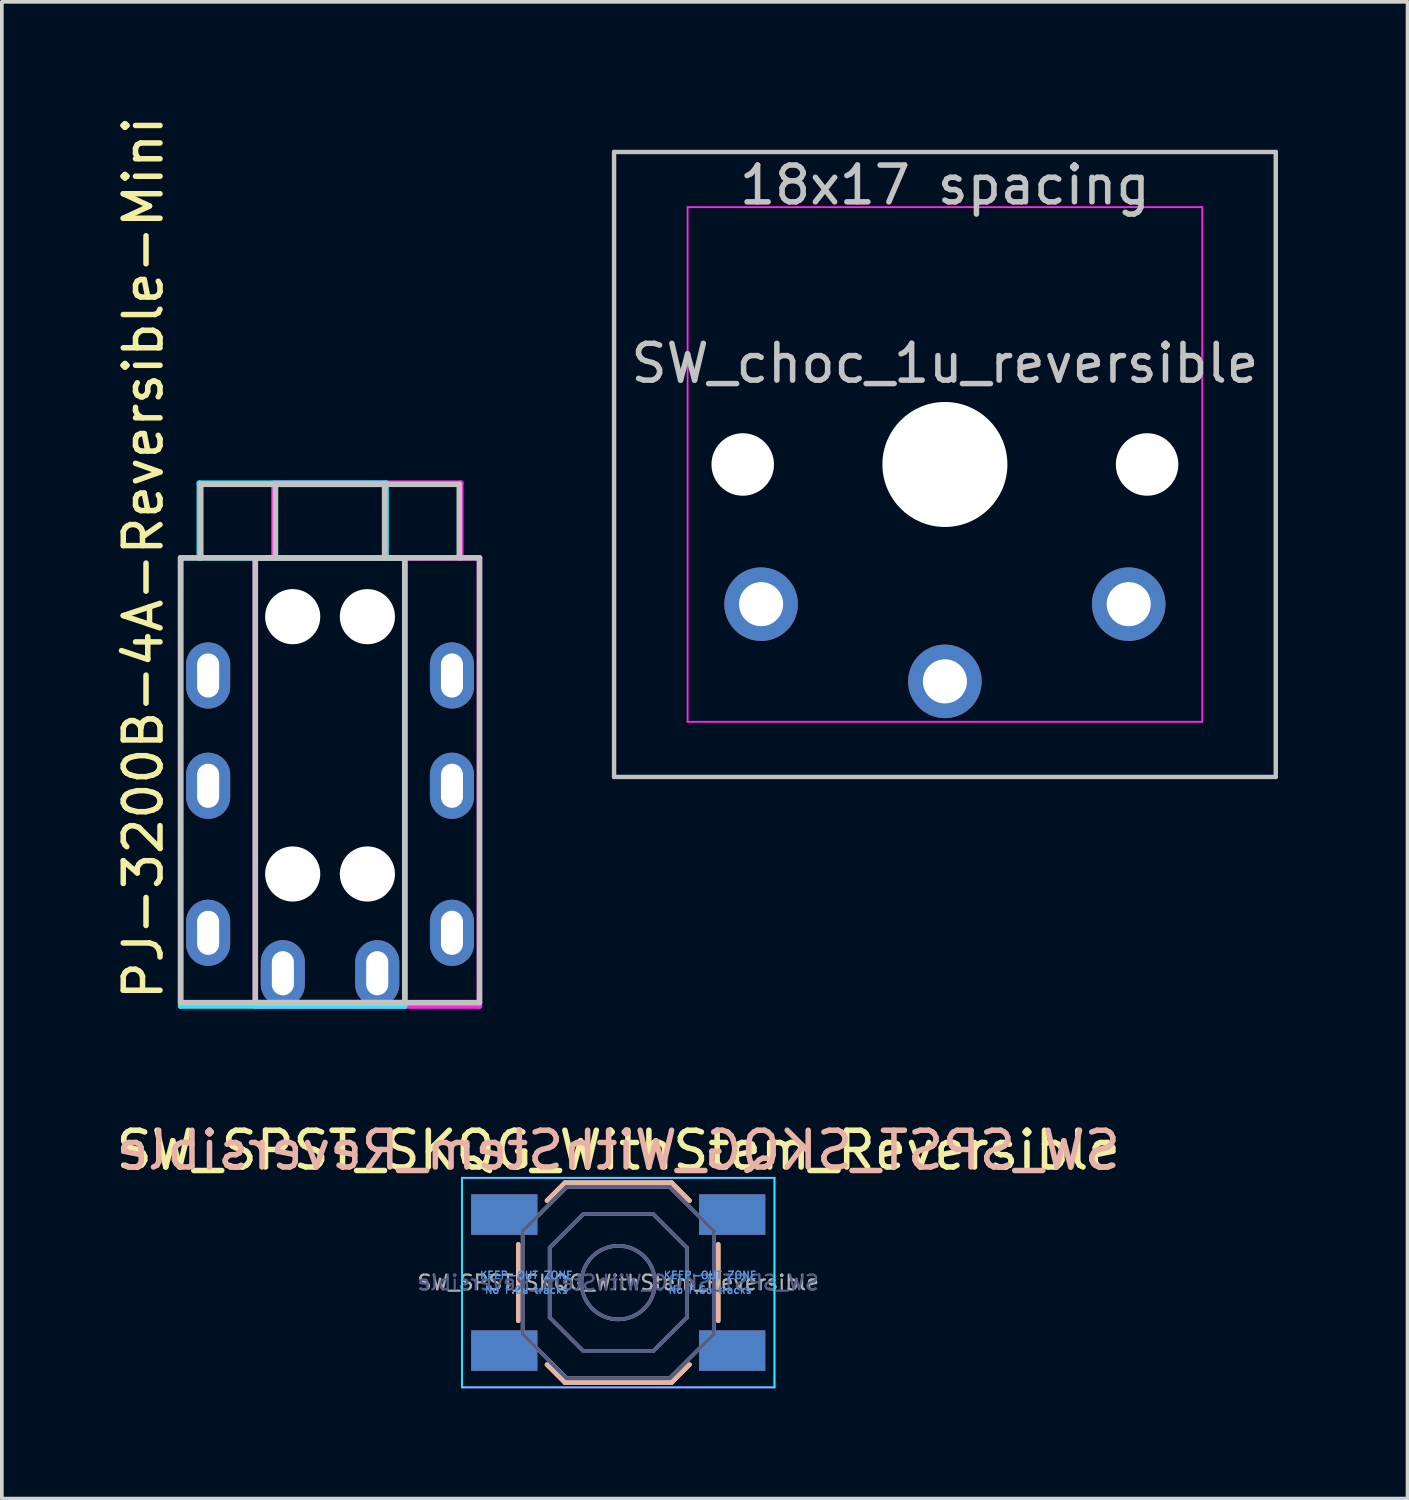
<source format=kicad_pcb>
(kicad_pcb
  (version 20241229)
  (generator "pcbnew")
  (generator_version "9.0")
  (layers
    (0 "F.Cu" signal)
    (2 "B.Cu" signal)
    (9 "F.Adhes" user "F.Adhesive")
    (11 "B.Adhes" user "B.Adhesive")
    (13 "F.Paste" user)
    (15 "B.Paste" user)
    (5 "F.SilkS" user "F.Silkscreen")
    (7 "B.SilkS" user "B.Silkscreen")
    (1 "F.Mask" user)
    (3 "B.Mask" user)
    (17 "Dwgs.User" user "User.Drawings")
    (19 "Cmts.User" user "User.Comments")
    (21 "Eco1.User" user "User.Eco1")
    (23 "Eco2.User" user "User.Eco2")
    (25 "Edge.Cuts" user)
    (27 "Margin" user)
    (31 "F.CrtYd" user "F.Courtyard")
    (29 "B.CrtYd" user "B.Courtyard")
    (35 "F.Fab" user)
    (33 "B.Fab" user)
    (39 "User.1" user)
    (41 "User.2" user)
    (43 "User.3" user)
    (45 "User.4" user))
  (footprint "PJ-3200B-4A-Reversible-Mini"
    (layer "F.Cu")
    (at 5.928 12.125)
    (property "Reference" "PJ-3200B-4A-Reversible-Mini" (at -5.08 0 270) (layer "F.SilkS") (effects (font (size 1 1) (thickness 0.15))))
    (attr through_hole)
    (fp_line (start -4.066 0) (end -4.066 12.1) (stroke (width 0.15) (type solid)) (layer "Dwgs.User"))
    (fp_line (start -4.066 0) (end 2.034 0) (stroke (width 0.15) (type solid)) (layer "Dwgs.User"))
    (fp_line (start -4.066 12.1) (end 2.034 12.1) (stroke (width 0.15) (type solid)) (layer "Dwgs.User"))
    (fp_line (start -3.516 0) (end -3.516 -2) (stroke (width 0.15) (type solid)) (layer "Dwgs.User"))
    (fp_line (start -2.034 0) (end -2.034 12.1) (stroke (width 0.15) (type solid)) (layer "Dwgs.User"))
    (fp_line (start -1.484 -2) (end 3.516 -2) (stroke (width 0.15) (type solid)) (layer "Dwgs.User"))
    (fp_line (start -1.484 0) (end -1.484 -2) (stroke (width 0.15) (type solid)) (layer "Dwgs.User"))
    (fp_line (start 1.484 -2) (end -3.516 -2) (stroke (width 0.15) (type solid)) (layer "Dwgs.User"))
    (fp_line (start 1.484 0) (end 1.484 -2) (stroke (width 0.15) (type solid)) (layer "Dwgs.User"))
    (fp_line (start 2.034 0) (end 2.034 12.1) (stroke (width 0.15) (type solid)) (layer "Dwgs.User"))
    (fp_line (start 3.516 0) (end 3.516 -2) (stroke (width 0.15) (type solid)) (layer "Dwgs.User"))
    (fp_line (start 4.066 0) (end -2.034 0) (stroke (width 0.15) (type solid)) (layer "Dwgs.User"))
    (fp_line (start 4.066 0) (end 4.066 12.1) (stroke (width 0.15) (type solid)) (layer "Dwgs.User"))
    (fp_line (start 4.066 12.1) (end -2.034 12.1) (stroke (width 0.15) (type solid)) (layer "Dwgs.User"))
    (fp_line (start -4.064 0) (end -4.064 12.192) (stroke (width 0.15) (type solid)) (layer "B.CrtYd"))
    (fp_line (start -4.064 12.192) (end 2.032 12.192) (stroke (width 0.15) (type solid)) (layer "B.CrtYd"))
    (fp_line (start -3.556 -2.032) (end 1.524 -2.032) (stroke (width 0.15) (type solid)) (layer "B.CrtYd"))
    (fp_line (start -3.556 0) (end -3.556 -2.032) (stroke (width 0.15) (type solid)) (layer "B.CrtYd"))
    (fp_line (start 1.524 -2.032) (end 1.524 0) (stroke (width 0.15) (type solid)) (layer "B.CrtYd"))
    (fp_line (start 2.032 0) (end -4.064 0) (stroke (width 0.15) (type solid)) (layer "B.CrtYd"))
    (fp_line (start 2.032 12.192) (end 2.032 0) (stroke (width 0.15) (type solid)) (layer "B.CrtYd"))
    (fp_line (start -2.032 0) (end 4.064 0) (stroke (width 0.15) (type solid)) (layer "F.CrtYd"))
    (fp_line (start -2.032 12.192) (end -2.032 0) (stroke (width 0.15) (type solid)) (layer "F.CrtYd"))
    (fp_line (start -1.524 -2.032) (end -1.524 0) (stroke (width 0.15) (type solid)) (layer "F.CrtYd"))
    (fp_line (start 3.556 -2.032) (end -1.524 -2.032) (stroke (width 0.15) (type solid)) (layer "F.CrtYd"))
    (fp_line (start 3.556 0) (end 3.556 -2.032) (stroke (width 0.15) (type solid)) (layer "F.CrtYd"))
    (fp_line (start 4.064 0) (end 4.064 12.192) (stroke (width 0.15) (type solid)) (layer "F.CrtYd"))
    (fp_line (start 4.064 12.192) (end -2.032 12.192) (stroke (width 0.15) (type solid)) (layer "F.CrtYd"))
    (pad "" np_thru_hole circle (at -1.016 1.6 90) (size 1.5 1.5) (drill 1.5) (layers "*.Cu" "*.Mask"))
    (pad "" np_thru_hole circle (at -1.016 8.6 90) (size 1.5 1.5) (drill 1.5) (layers "*.Cu" "*.Mask"))
    (pad "" np_thru_hole circle (at 1.016 1.6 270) (size 1.5 1.5) (drill 1.5) (layers "*.Cu" "*.Mask"))
    (pad "" np_thru_hole circle (at 1.016 8.6 270) (size 1.5 1.5) (drill 1.5) (layers "*.Cu" "*.Mask"))
    (pad "G" thru_hole oval (at -1.284 11.3 270) (size 1.8 1.2) (drill oval 1.2 0.6) (layers "*.Cu" "*.Mask"))
    (pad "G" thru_hole oval (at 1.284 11.3 90) (size 1.8 1.2) (drill oval 1.2 0.6) (layers "*.Cu" "*.Mask"))
    (pad "R" thru_hole oval (at -3.316 6.2 90) (size 1.8 1.2) (drill oval 1.2 0.6) (layers "*.Cu" "*.Mask"))
    (pad "R" thru_hole oval (at 3.316 6.2 270) (size 1.8 1.2) (drill oval 1.2 0.6) (layers "*.Cu" "*.Mask"))
    (pad "S" thru_hole oval (at -3.316 3.2 90) (size 1.8 1.2) (drill oval 1.2 0.6) (layers "*.Cu" "*.Mask"))
    (pad "S" thru_hole oval (at 3.316 3.2 270) (size 1.8 1.2) (drill oval 1.2 0.6) (layers "*.Cu" "*.Mask"))
    (pad "T" thru_hole oval (at -3.316 10.2 90) (size 1.8 1.2) (drill oval 1.2 0.6) (layers "*.Cu" "*.Mask"))
    (pad "T" thru_hole oval (at 3.316 10.2 270) (size 1.8 1.2) (drill oval 1.2 0.6) (layers "*.Cu" "*.Mask")))
  (footprint "SW_SPST_SKQG_WithStem_Reversible"
    (layer "F.Cu")
    (at 13.768 31.84)
    (property "Reference" "SW_SPST_SKQG_WithStem_Reversible" (at 0 -3.6 0) (layer "F.SilkS") (effects (font (size 1 1) (thickness 0.15))))
    (attr smd)
    (fp_line (start -2.72 1.04) (end -2.72 -1.04) (stroke (width 0.12) (type solid)) (layer "F.SilkS"))
    (fp_line (start -1.45 -2.72) (end -1.94 -2.23) (stroke (width 0.12) (type solid)) (layer "F.SilkS"))
    (fp_line (start -1.45 -2.72) (end 1.45 -2.72) (stroke (width 0.12) (type solid)) (layer "F.SilkS"))
    (fp_line (start -1.45 2.72) (end -1.94 2.23) (stroke (width 0.12) (type solid)) (layer "F.SilkS"))
    (fp_line (start -1.45 2.72) (end 1.45 2.72) (stroke (width 0.12) (type solid)) (layer "F.SilkS"))
    (fp_line (start 1.45 -2.72) (end 1.94 -2.23) (stroke (width 0.12) (type solid)) (layer "F.SilkS"))
    (fp_line (start 1.45 2.72) (end 1.94 2.23) (stroke (width 0.12) (type solid)) (layer "F.SilkS"))
    (fp_line (start 2.72 1.04) (end 2.72 -1.04) (stroke (width 0.12) (type solid)) (layer "F.SilkS"))
    (fp_line (start -2.72 1.04) (end -2.72 -1.04) (stroke (width 0.12) (type solid)) (layer "B.SilkS"))
    (fp_line (start -1.45 -2.72) (end -1.94 -2.23) (stroke (width 0.12) (type solid)) (layer "B.SilkS"))
    (fp_line (start -1.45 2.72) (end -1.94 2.23) (stroke (width 0.12) (type solid)) (layer "B.SilkS"))
    (fp_line (start 1.45 -2.72) (end -1.45 -2.72) (stroke (width 0.12) (type solid)) (layer "B.SilkS"))
    (fp_line (start 1.45 -2.72) (end 1.94 -2.23) (stroke (width 0.12) (type solid)) (layer "B.SilkS"))
    (fp_line (start 1.45 2.72) (end -1.45 2.72) (stroke (width 0.12) (type solid)) (layer "B.SilkS"))
    (fp_line (start 1.45 2.72) (end 1.94 2.23) (stroke (width 0.12) (type solid)) (layer "B.SilkS"))
    (fp_line (start 2.72 1.04) (end 2.72 -1.04) (stroke (width 0.12) (type solid)) (layer "B.SilkS"))
    (fp_line (start -4.25 -2.85) (end 4.25 -2.85) (stroke (width 0.05) (type solid)) (layer "B.CrtYd"))
    (fp_line (start -4.25 2.85) (end -4.25 -2.85) (stroke (width 0.05) (type solid)) (layer "B.CrtYd"))
    (fp_line (start 4.25 -2.85) (end 4.25 2.85) (stroke (width 0.05) (type solid)) (layer "B.CrtYd"))
    (fp_line (start 4.25 2.85) (end -4.25 2.85) (stroke (width 0.05) (type solid)) (layer "B.CrtYd"))
    (fp_line (start -4.25 -2.85) (end -4.25 2.85) (stroke (width 0.05) (type solid)) (layer "F.CrtYd"))
    (fp_line (start -4.25 2.85) (end 4.25 2.85) (stroke (width 0.05) (type solid)) (layer "F.CrtYd"))
    (fp_line (start 4.25 -2.85) (end -4.25 -2.85) (stroke (width 0.05) (type solid)) (layer "F.CrtYd"))
    (fp_line (start 4.25 2.85) (end 4.25 -2.85) (stroke (width 0.05) (type solid)) (layer "F.CrtYd"))
    (fp_line (start -2.6 -1.4) (end -2.6 1.4) (stroke (width 0.1) (type solid)) (layer "B.Fab"))
    (fp_line (start -2.6 1.4) (end -1.4 2.6) (stroke (width 0.1) (type solid)) (layer "B.Fab"))
    (fp_line (start -1.865 -0.95) (end -1.865 0.95) (stroke (width 0.1) (type solid)) (layer "B.Fab"))
    (fp_line (start -1.4 -2.6) (end -2.6 -1.4) (stroke (width 0.1) (type solid)) (layer "B.Fab"))
    (fp_line (start -1.4 2.6) (end 1.4 2.6) (stroke (width 0.1) (type solid)) (layer "B.Fab"))
    (fp_line (start -0.95 -1.865) (end -1.865 -0.95) (stroke (width 0.1) (type solid)) (layer "B.Fab"))
    (fp_line (start -0.95 1.865) (end -1.865 0.95) (stroke (width 0.1) (type solid)) (layer "B.Fab"))
    (fp_line (start -0.95 1.865) (end 0.95 1.865) (stroke (width 0.1) (type solid)) (layer "B.Fab"))
    (fp_line (start 0.95 -1.865) (end -0.95 -1.865) (stroke (width 0.1) (type solid)) (layer "B.Fab"))
    (fp_line (start 0.95 -1.865) (end 1.865 -0.95) (stroke (width 0.1) (type solid)) (layer "B.Fab"))
    (fp_line (start 0.95 1.865) (end 1.865 0.95) (stroke (width 0.1) (type solid)) (layer "B.Fab"))
    (fp_line (start 1.4 -2.6) (end -1.4 -2.6) (stroke (width 0.1) (type solid)) (layer "B.Fab"))
    (fp_line (start 1.4 2.6) (end 2.6 1.4) (stroke (width 0.1) (type solid)) (layer "B.Fab"))
    (fp_line (start 1.865 0.95) (end 1.865 -0.95) (stroke (width 0.1) (type solid)) (layer "B.Fab"))
    (fp_line (start 2.6 -1.4) (end 1.4 -2.6) (stroke (width 0.1) (type solid)) (layer "B.Fab"))
    (fp_line (start 2.6 1.4) (end 2.6 -1.4) (stroke (width 0.1) (type solid)) (layer "B.Fab"))
    (fp_circle (center 0 0) (end -1 0) (stroke (width 0.1) (type solid)) (fill no) (layer "B.Fab"))
    (fp_line (start -2.6 -1.4) (end -1.4 -2.6) (stroke (width 0.1) (type solid)) (layer "F.Fab"))
    (fp_line (start -2.6 1.4) (end -2.6 -1.4) (stroke (width 0.1) (type solid)) (layer "F.Fab"))
    (fp_line (start -1.865 0.95) (end -1.865 -0.95) (stroke (width 0.1) (type solid)) (layer "F.Fab"))
    (fp_line (start -1.4 -2.6) (end 1.4 -2.6) (stroke (width 0.1) (type solid)) (layer "F.Fab"))
    (fp_line (start -1.4 2.6) (end -2.6 1.4) (stroke (width 0.1) (type solid)) (layer "F.Fab"))
    (fp_line (start -0.95 -1.865) (end -1.865 -0.95) (stroke (width 0.1) (type solid)) (layer "F.Fab"))
    (fp_line (start -0.95 -1.865) (end 0.95 -1.865) (stroke (width 0.1) (type solid)) (layer "F.Fab"))
    (fp_line (start -0.95 1.865) (end -1.865 0.95) (stroke (width 0.1) (type solid)) (layer "F.Fab"))
    (fp_line (start 0.95 -1.865) (end 1.865 -0.95) (stroke (width 0.1) (type solid)) (layer "F.Fab"))
    (fp_line (start 0.95 1.865) (end -0.95 1.865) (stroke (width 0.1) (type solid)) (layer "F.Fab"))
    (fp_line (start 0.95 1.865) (end 1.865 0.95) (stroke (width 0.1) (type solid)) (layer "F.Fab"))
    (fp_line (start 1.4 -2.6) (end 2.6 -1.4) (stroke (width 0.1) (type solid)) (layer "F.Fab"))
    (fp_line (start 1.4 2.6) (end -1.4 2.6) (stroke (width 0.1) (type solid)) (layer "F.Fab"))
    (fp_line (start 1.865 -0.95) (end 1.865 0.95) (stroke (width 0.1) (type solid)) (layer "F.Fab"))
    (fp_line (start 2.6 -1.4) (end 2.6 1.4) (stroke (width 0.1) (type solid)) (layer "F.Fab"))
    (fp_line (start 2.6 1.4) (end 1.4 2.6) (stroke (width 0.1) (type solid)) (layer "F.Fab"))
    (fp_circle (center 0 0) (end 1 0) (stroke (width 0.1) (type solid)) (fill no) (layer "F.Fab"))
    (fp_text user "${REFERENCE}" (at 0 -3.6 0) (layer "B.SilkS") (effects (font (size 1 1) (thickness 0.15)) (justify mirror)))
    (fp_text user "No F.Cu tracks" (at -2.5 0.2 0) (layer "Cmts.User") (effects (font (size 0.2 0.2) (thickness 0.03))))
    (fp_text user "KEEP-OUT ZONE" (at -2.5 -0.2 0) (layer "Cmts.User") (effects (font (size 0.2 0.2) (thickness 0.03))))
    (fp_text user "KEEP-OUT ZONE" (at 2.5 -0.2 0) (layer "Cmts.User") (effects (font (size 0.2 0.2) (thickness 0.03))))
    (fp_text user "KEEP-OUT ZONE" (at 2.5 -0.2 0) (layer "Cmts.User") (effects (font (size 0.2 0.2) (thickness 0.03))))
    (fp_text user "No F.Cu tracks" (at 2.5 0.2 0) (layer "Cmts.User") (effects (font (size 0.2 0.2) (thickness 0.03))))
    (fp_text user "No F.Cu tracks" (at -2.5 0.2 0) (layer "Cmts.User") (effects (font (size 0.2 0.2) (thickness 0.03))))
    (fp_text user "No F.Cu tracks" (at 2.5 0.2 0) (layer "Cmts.User") (effects (font (size 0.2 0.2) (thickness 0.03))))
    (fp_text user "KEEP-OUT ZONE" (at -2.5 -0.2 0) (layer "Cmts.User") (effects (font (size 0.2 0.2) (thickness 0.03))))
    (fp_text user "${REFERENCE}" (at 0 0 0) (layer "B.Fab") (effects (font (size 0.4 0.4) (thickness 0.06)) (justify mirror)))
    (fp_text user "${REFERENCE}" (at 0 0 0) (layer "F.Fab") (effects (font (size 0.4 0.4) (thickness 0.06))))
    (pad "1" smd rect (at -3.1 -1.85) (size 1.8 1.1) (layers "F.Cu" "F.Mask" "F.Paste"))
    (pad "1" smd rect (at -3.1 -1.85) (size 1.8 1.1) (layers "B.Cu" "B.Mask" "B.Paste"))
    (pad "1" smd rect (at 3.1 -1.85) (size 1.8 1.1) (layers "F.Cu" "F.Mask" "F.Paste"))
    (pad "1" smd rect (at 3.1 -1.85) (size 1.8 1.1) (layers "B.Cu" "B.Mask" "B.Paste"))
    (pad "2" smd rect (at -3.1 1.85) (size 1.8 1.1) (layers "F.Cu" "F.Mask" "F.Paste"))
    (pad "2" smd rect (at -3.1 1.85) (size 1.8 1.1) (layers "B.Cu" "B.Mask" "B.Paste"))
    (pad "2" smd rect (at 3.1 1.85) (size 1.8 1.1) (layers "F.Cu" "F.Mask" "F.Paste"))
    (pad "2" smd rect (at 3.1 1.85) (size 1.8 1.1) (layers "B.Cu" "B.Mask" "B.Paste"))
    (zone (net_name "") (layer "F.Cu") (hatch full 0.508) (connect_pads) (min_thickness 0.254) (filled_areas_thickness no) (keepout (tracks not_allowed) (vias not_allowed) (pads not_allowed) (copperpour not_allowed) (footprints not_allowed)) (placement (enabled no)) (fill) (polygon (pts (xy 9.768 30.54) (xy 12.768 30.54) (xy 12.768 33.14) (xy 9.768 33.14))))
    (zone (net_name "") (layer "F.Cu") (hatch full 0.508) (connect_pads) (min_thickness 0.254) (filled_areas_thickness no) (keepout (tracks not_allowed) (vias not_allowed) (pads not_allowed) (copperpour not_allowed) (footprints not_allowed)) (placement (enabled no)) (fill) (polygon (pts (xy 14.768 30.54) (xy 17.768 30.54) (xy 17.768 33.14) (xy 14.768 33.14))))
    (zone (net_name "") (layer "B.Cu") (hatch full 0.508) (connect_pads) (min_thickness 0.254) (filled_areas_thickness no) (keepout (tracks not_allowed) (vias not_allowed) (pads not_allowed) (copperpour not_allowed) (footprints not_allowed)) (placement (enabled no)) (fill) (polygon (pts (xy 12.768 30.54) (xy 9.768 30.54) (xy 9.768 33.14) (xy 12.768 33.14))))
    (zone (net_name "") (layer "B.Cu") (hatch full 0.508) (connect_pads) (min_thickness 0.254) (filled_areas_thickness no) (keepout (tracks not_allowed) (vias not_allowed) (pads not_allowed) (copperpour not_allowed) (footprints not_allowed)) (placement (enabled no)) (fill) (polygon (pts (xy 17.768 30.54) (xy 14.768 30.54) (xy 14.768 33.14) (xy 17.768 33.14)))))
  (footprint "SW_choc_1u_reversible"
    (layer "F.Cu")
    (at 22.654 9.585)
    (property "Reference" "SW_choc_1u_reversible" (at 0 -2.75 180) (layer "Dwgs.User") (effects (font (size 1 1) (thickness 0.15))))
    (attr through_hole exclude_from_pos_files exclude_from_bom)
    (fp_line (start -9 -8.5) (end 9 -8.5) (stroke (width 0.12) (type solid)) (layer "Dwgs.User"))
    (fp_line (start -9 8.5) (end -9 -8.5) (stroke (width 0.12) (type solid)) (layer "Dwgs.User"))
    (fp_line (start 9 -8.5) (end 9 8.5) (stroke (width 0.12) (type solid)) (layer "Dwgs.User"))
    (fp_line (start 9 8.5) (end -9 8.5) (stroke (width 0.12) (type solid)) (layer "Dwgs.User"))
    (fp_line (start -9.525 -9.525) (end -9.525 9.525) (stroke (width 0.12) (type solid)) (layer "Eco1.User"))
    (fp_line (start -9.525 9.525) (end 9.525 9.525) (stroke (width 0.12) (type solid)) (layer "Eco1.User"))
    (fp_line (start 9.525 -9.525) (end -9.525 -9.525) (stroke (width 0.12) (type solid)) (layer "Eco1.User"))
    (fp_line (start 9.525 9.525) (end 9.525 -9.525) (stroke (width 0.12) (type solid)) (layer "Eco1.User"))
    (fp_line (start -6.95 6.45) (end -6.95 -6.45) (stroke (width 0.05) (type solid)) (layer "Eco2.User"))
    (fp_line (start -6.45 -6.95) (end 6.45 -6.95) (stroke (width 0.05) (type solid)) (layer "Eco2.User"))
    (fp_line (start 6.45 6.95) (end -6.45 6.95) (stroke (width 0.05) (type solid)) (layer "Eco2.User"))
    (fp_line (start 6.95 -6.45) (end 6.95 6.45) (stroke (width 0.05) (type solid)) (layer "Eco2.User"))
    (fp_arc (start -6.95 -6.45) (mid -6.803553 -6.803553) (end -6.45 -6.95) (stroke (width 0.05) (type solid)) (layer "Eco2.User"))
    (fp_arc (start -6.45 6.95) (mid -6.803553 6.803553) (end -6.95 6.45) (stroke (width 0.05) (type solid)) (layer "Eco2.User"))
    (fp_arc (start 6.45 -6.95) (mid 6.803553 -6.803553) (end 6.95 -6.45) (stroke (width 0.05) (type solid)) (layer "Eco2.User"))
    (fp_arc (start 6.95 6.45) (mid 6.803553 6.803553) (end 6.45 6.95) (stroke (width 0.05) (type solid)) (layer "Eco2.User"))
    (fp_line (start -7 -7) (end 7 -7) (stroke (width 0.05) (type solid)) (layer "F.CrtYd"))
    (fp_line (start -7 7) (end -7 -7) (stroke (width 0.05) (type solid)) (layer "F.CrtYd"))
    (fp_line (start 7 -7) (end 7 7) (stroke (width 0.05) (type solid)) (layer "F.CrtYd"))
    (fp_line (start 7 7) (end -7 7) (stroke (width 0.05) (type solid)) (layer "F.CrtYd"))
    (fp_text user "18x17 spacing" (at 0 -7.6 180) (layer "Dwgs.User") (effects (font (size 1 1) (thickness 0.15))))
    (fp_text user "19.05 spacing" (at 0 -8.7 180) (layer "Eco1.User") (effects (font (size 1 1) (thickness 0.15))))
    (pad "" np_thru_hole circle (at -5.5 0 180) (size 1.7 1.7) (drill 1.7) (layers "*.Cu" "*.Mask"))
    (pad "" np_thru_hole circle (at 0 0 180) (size 3.4 3.4) (drill 3.4) (layers "*.Cu" "*.Mask"))
    (pad "" np_thru_hole circle (at 5.5 0 180) (size 1.7 1.7) (drill 1.7) (layers "*.Cu" "*.Mask"))
    (pad "1" thru_hole circle (at -5 3.8 180) (size 2 2) (drill 1.2) (layers "*.Cu" "B.Mask"))
    (pad "1" thru_hole circle (at 5 3.8 180) (size 2 2) (drill 1.2) (layers "*.Cu" "F.Mask"))
    (pad "2" thru_hole circle (at 0 5.9 180) (size 2 2) (drill 1.2) (layers "*.Cu" "*.Mask")))
  (gr_rect
    (start -3 -3)
    (end 35.239 37.715)
    (stroke (width 0.1) (type default))
    (fill no)
    (layer "Edge.Cuts")))
</source>
